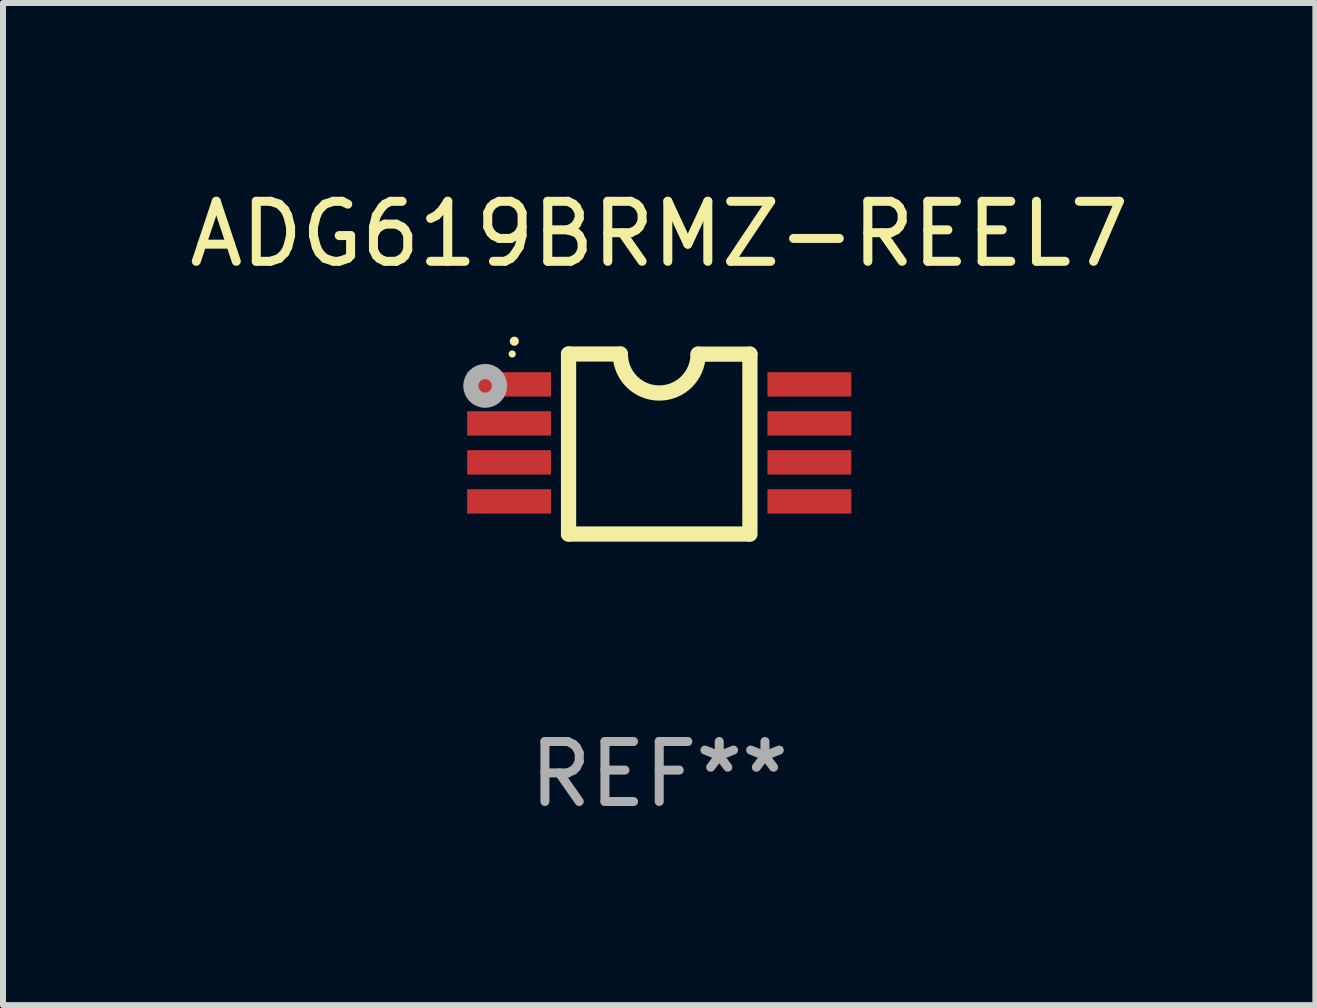
<source format=kicad_pcb>
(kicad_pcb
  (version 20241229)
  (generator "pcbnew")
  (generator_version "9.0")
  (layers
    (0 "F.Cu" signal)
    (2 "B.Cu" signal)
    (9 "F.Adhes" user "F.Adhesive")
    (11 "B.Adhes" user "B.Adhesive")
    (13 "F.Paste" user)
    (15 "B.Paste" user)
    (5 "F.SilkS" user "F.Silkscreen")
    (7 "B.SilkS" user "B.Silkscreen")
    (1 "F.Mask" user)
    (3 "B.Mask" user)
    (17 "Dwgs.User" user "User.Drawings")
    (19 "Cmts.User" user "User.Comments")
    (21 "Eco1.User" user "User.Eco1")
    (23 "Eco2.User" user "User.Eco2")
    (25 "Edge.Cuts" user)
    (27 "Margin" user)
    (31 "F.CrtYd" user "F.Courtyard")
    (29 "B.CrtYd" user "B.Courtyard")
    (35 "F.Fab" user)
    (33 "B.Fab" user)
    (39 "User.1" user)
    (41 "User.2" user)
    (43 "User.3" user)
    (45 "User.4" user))
  (footprint "ADG619BRMZ-REEL7"
    (layer "F.Cu")
    (at 7.935 4.35)
    (property "Reference" "ADG619BRMZ-REEL7" (at 0 -3.501 0) (layer "F.SilkS") (effects (font (size 1 1) (thickness 0.15))))
    (attr through_hole)
    (fp_line (start -1.511 -1.501) (end -1.511 1.499) (stroke (width 0.254) (type solid)) (layer "F.SilkS"))
    (fp_line (start -1.511 -1.501) (end -0.648 -1.501) (stroke (width 0.254) (type solid)) (layer "F.SilkS"))
    (fp_line (start -1.511 1.499) (end 1.489 1.499) (stroke (width 0.254) (type solid)) (layer "F.SilkS"))
    (fp_line (start 0.648 -1.499) (end 1.511 -1.499) (stroke (width 0.254) (type solid)) (layer "F.SilkS"))
    (fp_line (start 1.511 -1.499) (end 1.511 1.501) (stroke (width 0.254) (type solid)) (layer "F.SilkS"))
    (fp_arc (start -2.41491 -1.713233) (mid -2.414916 -1.714503) (end -2.41491 -1.715773) (stroke (width 0.150013) (type solid)) (layer "F.SilkS"))
    (fp_arc (start 0.647803 -1.498603) (mid 0.000102 -0.850902) (end -0.647599 -1.498603) (stroke (width 0.254001) (type solid)) (layer "F.SilkS"))
    (fp_circle (center -2.45 -1.501) (end -2.42 -1.501) (stroke (width 0.06) (type solid)) (fill no) (layer "F.SilkS"))
    (fp_circle (center -2.9 -0.97) (end -2.788 -0.97) (stroke (width 0.254) (type solid)) (fill no) (layer "F.Fab"))
    (fp_text user "REF**" (at 0 5.501 0) (layer "F.Fab") (effects (font (size 1 1) (thickness 0.15))))
    (pad "1" smd rect (at -2.502 -0.995) (size 1.397 0.406) (layers "F.Cu" "F.Mask" "F.Paste"))
    (pad "2" smd rect (at -2.502 -0.345) (size 1.397 0.406) (layers "F.Cu" "F.Mask" "F.Paste"))
    (pad "3" smd rect (at -2.502 0.305) (size 1.397 0.406) (layers "F.Cu" "F.Mask" "F.Paste"))
    (pad "4" smd rect (at -2.502 0.955) (size 1.397 0.406) (layers "F.Cu" "F.Mask" "F.Paste"))
    (pad "5" smd rect (at 2.502 0.955) (size 1.397 0.406) (layers "F.Cu" "F.Mask" "F.Paste"))
    (pad "6" smd rect (at 2.502 0.305) (size 1.397 0.406) (layers "F.Cu" "F.Mask" "F.Paste"))
    (pad "7" smd rect (at 2.502 -0.345) (size 1.397 0.406) (layers "F.Cu" "F.Mask" "F.Paste"))
    (pad "8" smd rect (at 2.502 -0.995) (size 1.397 0.406) (layers "F.Cu" "F.Mask" "F.Paste")))
  (gr_rect
    (start -3 -3)
    (end 18.869 13.699)
    (stroke (width 0.1) (type default))
    (fill no)
    (layer "Edge.Cuts")))
</source>
